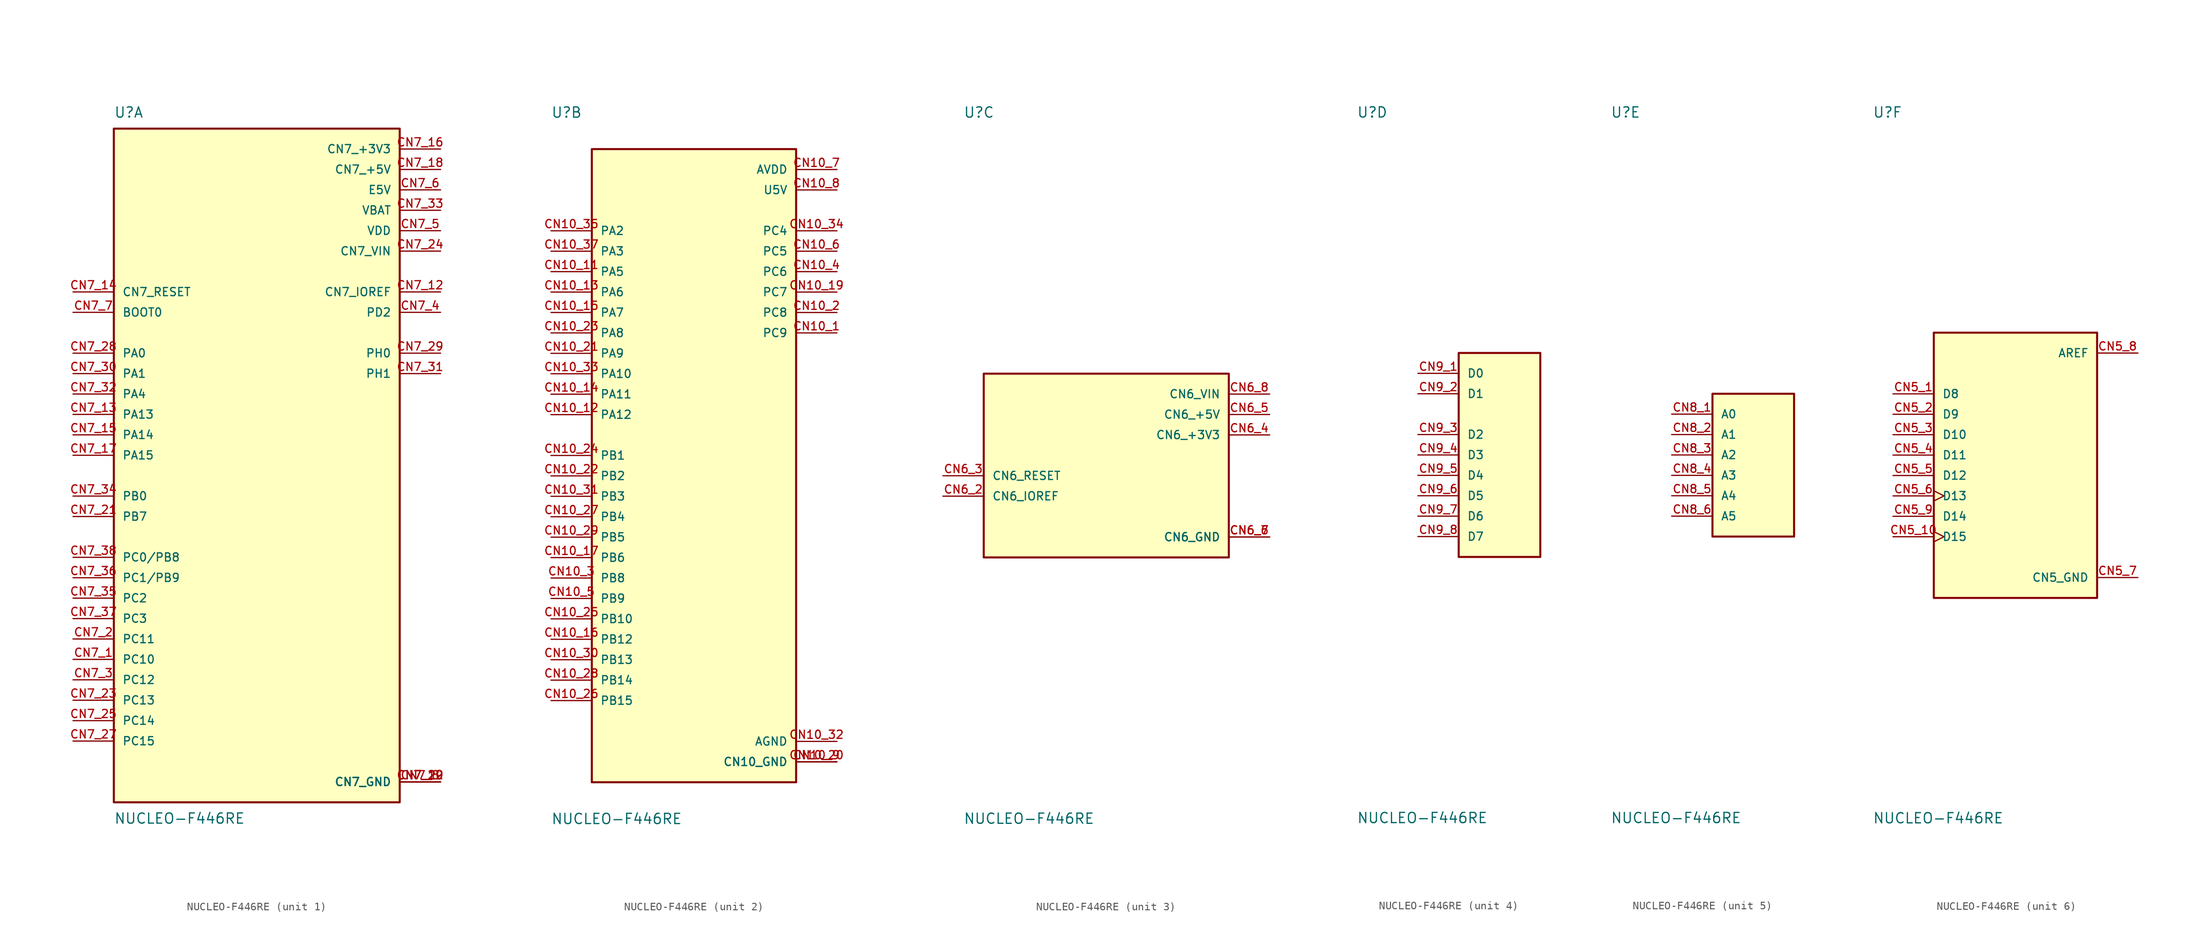
<source format=kicad_sym>
(kicad_symbol_lib
  (version 20211014)
  (generator kicad_symbol_editor)
  (symbol "NUCLEO-F446RE"
    (pin_names
      (offset 1.016))
    (property "Reference" "U"
      (at -17.78 41.91 0)
      (effects (font (size 1.27 1.27)) (justify bottom left)))
    (property "Value" "NUCLEO-F446RE"
      (at -17.78 -44.45 0.0)
      (effects (font (size 1.27 1.27)) (justify top left)))
    (symbol "NUCLEO-F446RE_1_0"
      (rectangle (start -17.78 -43.18) (end 17.78 40.64) (stroke (width 0.254)) (fill (type background)))
      (pin bidirectional line (at -22.86 -25.4 0) (length 5.08) (name "PC10" (effects (font (size 1.016 1.016)))) (number "CN7_1" (effects (font (size 1.016 1.016)))))
      (pin bidirectional line (at -22.86 -22.86 0) (length 5.08) (name "PC11" (effects (font (size 1.016 1.016)))) (number "CN7_2" (effects (font (size 1.016 1.016)))))
      (pin bidirectional line (at -22.86 -27.94 0) (length 5.08) (name "PC12" (effects (font (size 1.016 1.016)))) (number "CN7_3" (effects (font (size 1.016 1.016)))))
      (pin bidirectional line (at 22.86 17.78 180.0) (length 5.08) (name "PD2" (effects (font (size 1.016 1.016)))) (number "CN7_4" (effects (font (size 1.016 1.016)))))
      (pin power_in line (at 22.86 27.94 180.0) (length 5.08) (name "VDD" (effects (font (size 1.016 1.016)))) (number "CN7_5" (effects (font (size 1.016 1.016)))))
      (pin power_in line (at 22.86 33.02 180.0) (length 5.08) (name "E5V" (effects (font (size 1.016 1.016)))) (number "CN7_6" (effects (font (size 1.016 1.016)))))
      (pin bidirectional line (at -22.86 17.78 0) (length 5.08) (name "BOOT0" (effects (font (size 1.016 1.016)))) (number "CN7_7" (effects (font (size 1.016 1.016)))))
      (pin bidirectional line (at 22.86 20.32 180.0) (length 5.08) (name "CN7_IOREF" (effects (font (size 1.016 1.016)))) (number "CN7_12" (effects (font (size 1.016 1.016)))))
      (pin bidirectional line (at -22.86 5.08 0) (length 5.08) (name "PA13" (effects (font (size 1.016 1.016)))) (number "CN7_13" (effects (font (size 1.016 1.016)))))
      (pin bidirectional line (at -22.86 20.32 0) (length 5.08) (name "CN7_RESET" (effects (font (size 1.016 1.016)))) (number "CN7_14" (effects (font (size 1.016 1.016)))))
      (pin bidirectional line (at -22.86 2.54 0) (length 5.08) (name "PA14" (effects (font (size 1.016 1.016)))) (number "CN7_15" (effects (font (size 1.016 1.016)))))
      (pin power_in line (at 22.86 38.1 180.0) (length 5.08) (name "CN7_+3V3" (effects (font (size 1.016 1.016)))) (number "CN7_16" (effects (font (size 1.016 1.016)))))
      (pin bidirectional line (at -22.86 0.0 0) (length 5.08) (name "PA15" (effects (font (size 1.016 1.016)))) (number "CN7_17" (effects (font (size 1.016 1.016)))))
      (pin power_in line (at 22.86 35.56 180.0) (length 5.08) (name "CN7_+5V" (effects (font (size 1.016 1.016)))) (number "CN7_18" (effects (font (size 1.016 1.016)))))
      (pin power_in line (at 22.86 -40.64 180.0) (length 5.08) (name "CN7_GND" (effects (font (size 1.016 1.016)))) (number "CN7_8" (effects (font (size 1.016 1.016)))))
      (pin power_in line (at 22.86 -40.64 180.0) (length 5.08) (name "CN7_GND" (effects (font (size 1.016 1.016)))) (number "CN7_19" (effects (font (size 1.016 1.016)))))
      (pin power_in line (at 22.86 -40.64 180.0) (length 5.08) (name "CN7_GND" (effects (font (size 1.016 1.016)))) (number "CN7_20" (effects (font (size 1.016 1.016)))))
      (pin power_in line (at 22.86 -40.64 180.0) (length 5.08) (name "CN7_GND" (effects (font (size 1.016 1.016)))) (number "CN7_22" (effects (font (size 1.016 1.016)))))
      (pin bidirectional line (at -22.86 -7.62 0) (length 5.08) (name "PB7" (effects (font (size 1.016 1.016)))) (number "CN7_21" (effects (font (size 1.016 1.016)))))
      (pin bidirectional line (at -22.86 -30.48 0) (length 5.08) (name "PC13" (effects (font (size 1.016 1.016)))) (number "CN7_23" (effects (font (size 1.016 1.016)))))
      (pin power_in line (at 22.86 25.4 180.0) (length 5.08) (name "CN7_VIN" (effects (font (size 1.016 1.016)))) (number "CN7_24" (effects (font (size 1.016 1.016)))))
      (pin bidirectional line (at -22.86 -33.02 0) (length 5.08) (name "PC14" (effects (font (size 1.016 1.016)))) (number "CN7_25" (effects (font (size 1.016 1.016)))))
      (pin bidirectional line (at -22.86 -35.56 0) (length 5.08) (name "PC15" (effects (font (size 1.016 1.016)))) (number "CN7_27" (effects (font (size 1.016 1.016)))))
      (pin bidirectional line (at -22.86 12.7 0) (length 5.08) (name "PA0" (effects (font (size 1.016 1.016)))) (number "CN7_28" (effects (font (size 1.016 1.016)))))
      (pin bidirectional line (at 22.86 12.7 180.0) (length 5.08) (name "PH0" (effects (font (size 1.016 1.016)))) (number "CN7_29" (effects (font (size 1.016 1.016)))))
      (pin bidirectional line (at -22.86 10.16 0) (length 5.08) (name "PA1" (effects (font (size 1.016 1.016)))) (number "CN7_30" (effects (font (size 1.016 1.016)))))
      (pin bidirectional line (at 22.86 10.16 180.0) (length 5.08) (name "PH1" (effects (font (size 1.016 1.016)))) (number "CN7_31" (effects (font (size 1.016 1.016)))))
      (pin bidirectional line (at -22.86 7.62 0) (length 5.08) (name "PA4" (effects (font (size 1.016 1.016)))) (number "CN7_32" (effects (font (size 1.016 1.016)))))
      (pin power_in line (at 22.86 30.48 180.0) (length 5.08) (name "VBAT" (effects (font (size 1.016 1.016)))) (number "CN7_33" (effects (font (size 1.016 1.016)))))
      (pin bidirectional line (at -22.86 -5.08 0) (length 5.08) (name "PB0" (effects (font (size 1.016 1.016)))) (number "CN7_34" (effects (font (size 1.016 1.016)))))
      (pin bidirectional line (at -22.86 -17.78 0) (length 5.08) (name "PC2" (effects (font (size 1.016 1.016)))) (number "CN7_35" (effects (font (size 1.016 1.016)))))
      (pin bidirectional line (at -22.86 -15.24 0) (length 5.08) (name "PC1/PB9" (effects (font (size 1.016 1.016)))) (number "CN7_36" (effects (font (size 1.016 1.016)))))
      (pin bidirectional line (at -22.86 -20.32 0) (length 5.08) (name "PC3" (effects (font (size 1.016 1.016)))) (number "CN7_37" (effects (font (size 1.016 1.016)))))
      (pin bidirectional line (at -22.86 -12.7 0) (length 5.08) (name "PC0/PB8" (effects (font (size 1.016 1.016)))) (number "CN7_38" (effects (font (size 1.016 1.016))))))
    (symbol "NUCLEO-F446RE_2_0"
      (rectangle (start -12.7 -40.64) (end 12.7 38.1) (stroke (width 0.254)) (fill (type background)))
      (pin bidirectional line (at 17.78 15.24 180.0) (length 5.08) (name "PC9" (effects (font (size 1.016 1.016)))) (number "CN10_1" (effects (font (size 1.016 1.016)))))
      (pin bidirectional line (at 17.78 17.78 180.0) (length 5.08) (name "PC8" (effects (font (size 1.016 1.016)))) (number "CN10_2" (effects (font (size 1.016 1.016)))))
      (pin bidirectional line (at -17.78 -15.24 0) (length 5.08) (name "PB8" (effects (font (size 1.016 1.016)))) (number "CN10_3" (effects (font (size 1.016 1.016)))))
      (pin bidirectional line (at 17.78 22.86 180.0) (length 5.08) (name "PC6" (effects (font (size 1.016 1.016)))) (number "CN10_4" (effects (font (size 1.016 1.016)))))
      (pin bidirectional line (at -17.78 -17.78 0) (length 5.08) (name "PB9" (effects (font (size 1.016 1.016)))) (number "CN10_5" (effects (font (size 1.016 1.016)))))
      (pin bidirectional line (at 17.78 25.4 180.0) (length 5.08) (name "PC5" (effects (font (size 1.016 1.016)))) (number "CN10_6" (effects (font (size 1.016 1.016)))))
      (pin power_in line (at 17.78 35.56 180.0) (length 5.08) (name "AVDD" (effects (font (size 1.016 1.016)))) (number "CN10_7" (effects (font (size 1.016 1.016)))))
      (pin power_in line (at 17.78 33.02 180.0) (length 5.08) (name "U5V" (effects (font (size 1.016 1.016)))) (number "CN10_8" (effects (font (size 1.016 1.016)))))
      (pin power_in line (at 17.78 -38.1 180.0) (length 5.08) (name "CN10_GND" (effects (font (size 1.016 1.016)))) (number "CN10_9" (effects (font (size 1.016 1.016)))))
      (pin power_in line (at 17.78 -38.1 180.0) (length 5.08) (name "CN10_GND" (effects (font (size 1.016 1.016)))) (number "CN10_20" (effects (font (size 1.016 1.016)))))
      (pin bidirectional line (at -17.78 22.86 0) (length 5.08) (name "PA5" (effects (font (size 1.016 1.016)))) (number "CN10_11" (effects (font (size 1.016 1.016)))))
      (pin bidirectional line (at -17.78 5.08 0) (length 5.08) (name "PA12" (effects (font (size 1.016 1.016)))) (number "CN10_12" (effects (font (size 1.016 1.016)))))
      (pin bidirectional line (at -17.78 20.32 0) (length 5.08) (name "PA6" (effects (font (size 1.016 1.016)))) (number "CN10_13" (effects (font (size 1.016 1.016)))))
      (pin bidirectional line (at -17.78 7.62 0) (length 5.08) (name "PA11" (effects (font (size 1.016 1.016)))) (number "CN10_14" (effects (font (size 1.016 1.016)))))
      (pin bidirectional line (at -17.78 17.78 0) (length 5.08) (name "PA7" (effects (font (size 1.016 1.016)))) (number "CN10_15" (effects (font (size 1.016 1.016)))))
      (pin bidirectional line (at -17.78 -22.86 0) (length 5.08) (name "PB12" (effects (font (size 1.016 1.016)))) (number "CN10_16" (effects (font (size 1.016 1.016)))))
      (pin bidirectional line (at -17.78 -12.7 0) (length 5.08) (name "PB6" (effects (font (size 1.016 1.016)))) (number "CN10_17" (effects (font (size 1.016 1.016)))))
      (pin bidirectional line (at 17.78 20.32 180.0) (length 5.08) (name "PC7" (effects (font (size 1.016 1.016)))) (number "CN10_19" (effects (font (size 1.016 1.016)))))
      (pin bidirectional line (at -17.78 12.7 0) (length 5.08) (name "PA9" (effects (font (size 1.016 1.016)))) (number "CN10_21" (effects (font (size 1.016 1.016)))))
      (pin bidirectional line (at -17.78 -2.54 0) (length 5.08) (name "PB2" (effects (font (size 1.016 1.016)))) (number "CN10_22" (effects (font (size 1.016 1.016)))))
      (pin bidirectional line (at -17.78 15.24 0) (length 5.08) (name "PA8" (effects (font (size 1.016 1.016)))) (number "CN10_23" (effects (font (size 1.016 1.016)))))
      (pin bidirectional line (at -17.78 0.0 0) (length 5.08) (name "PB1" (effects (font (size 1.016 1.016)))) (number "CN10_24" (effects (font (size 1.016 1.016)))))
      (pin bidirectional line (at -17.78 -20.32 0) (length 5.08) (name "PB10" (effects (font (size 1.016 1.016)))) (number "CN10_25" (effects (font (size 1.016 1.016)))))
      (pin bidirectional line (at -17.78 -30.48 0) (length 5.08) (name "PB15" (effects (font (size 1.016 1.016)))) (number "CN10_26" (effects (font (size 1.016 1.016)))))
      (pin bidirectional line (at -17.78 -7.62 0) (length 5.08) (name "PB4" (effects (font (size 1.016 1.016)))) (number "CN10_27" (effects (font (size 1.016 1.016)))))
      (pin bidirectional line (at -17.78 -27.94 0) (length 5.08) (name "PB14" (effects (font (size 1.016 1.016)))) (number "CN10_28" (effects (font (size 1.016 1.016)))))
      (pin bidirectional line (at -17.78 -10.16 0) (length 5.08) (name "PB5" (effects (font (size 1.016 1.016)))) (number "CN10_29" (effects (font (size 1.016 1.016)))))
      (pin bidirectional line (at -17.78 -25.4 0) (length 5.08) (name "PB13" (effects (font (size 1.016 1.016)))) (number "CN10_30" (effects (font (size 1.016 1.016)))))
      (pin bidirectional line (at -17.78 -5.08 0) (length 5.08) (name "PB3" (effects (font (size 1.016 1.016)))) (number "CN10_31" (effects (font (size 1.016 1.016)))))
      (pin power_in line (at 17.78 -35.56 180.0) (length 5.08) (name "AGND" (effects (font (size 1.016 1.016)))) (number "CN10_32" (effects (font (size 1.016 1.016)))))
      (pin bidirectional line (at -17.78 10.16 0) (length 5.08) (name "PA10" (effects (font (size 1.016 1.016)))) (number "CN10_33" (effects (font (size 1.016 1.016)))))
      (pin bidirectional line (at 17.78 27.94 180.0) (length 5.08) (name "PC4" (effects (font (size 1.016 1.016)))) (number "CN10_34" (effects (font (size 1.016 1.016)))))
      (pin bidirectional line (at -17.78 27.94 0) (length 5.08) (name "PA2" (effects (font (size 1.016 1.016)))) (number "CN10_35" (effects (font (size 1.016 1.016)))))
      (pin bidirectional line (at -17.78 25.4 0) (length 5.08) (name "PA3" (effects (font (size 1.016 1.016)))) (number "CN10_37" (effects (font (size 1.016 1.016))))))
    (symbol "NUCLEO-F446RE_3_0"
      (rectangle (start -15.24 -12.7) (end 15.24 10.16) (stroke (width 0.254)) (fill (type background)))
      (pin bidirectional line (at -20.32 -5.08 0) (length 5.08) (name "CN6_IOREF" (effects (font (size 1.016 1.016)))) (number "CN6_2" (effects (font (size 1.016 1.016)))))
      (pin bidirectional line (at -20.32 -2.54 0) (length 5.08) (name "CN6_RESET" (effects (font (size 1.016 1.016)))) (number "CN6_3" (effects (font (size 1.016 1.016)))))
      (pin power_in line (at 20.32 2.54 180.0) (length 5.08) (name "CN6_+3V3" (effects (font (size 1.016 1.016)))) (number "CN6_4" (effects (font (size 1.016 1.016)))))
      (pin power_in line (at 20.32 5.08 180.0) (length 5.08) (name "CN6_+5V" (effects (font (size 1.016 1.016)))) (number "CN6_5" (effects (font (size 1.016 1.016)))))
      (pin power_in line (at 20.32 -10.16 180.0) (length 5.08) (name "CN6_GND" (effects (font (size 1.016 1.016)))) (number "CN6_6" (effects (font (size 1.016 1.016)))))
      (pin power_in line (at 20.32 -10.16 180.0) (length 5.08) (name "CN6_GND" (effects (font (size 1.016 1.016)))) (number "CN6_7" (effects (font (size 1.016 1.016)))))
      (pin power_in line (at 20.32 7.62 180.0) (length 5.08) (name "CN6_VIN" (effects (font (size 1.016 1.016)))) (number "CN6_8" (effects (font (size 1.016 1.016))))))
    (symbol "NUCLEO-F446RE_4_0"
      (rectangle (start -5.08 -12.7) (end 5.08 12.7) (stroke (width 0.254)) (fill (type background)))
      (pin input line (at -10.16 10.16 0) (length 5.08) (name "D0" (effects (font (size 1.016 1.016)))) (number "CN9_1" (effects (font (size 1.016 1.016)))))
      (pin output line (at -10.16 7.62 0) (length 5.08) (name "D1" (effects (font (size 1.016 1.016)))) (number "CN9_2" (effects (font (size 1.016 1.016)))))
      (pin bidirectional line (at -10.16 2.54 0) (length 5.08) (name "D2" (effects (font (size 1.016 1.016)))) (number "CN9_3" (effects (font (size 1.016 1.016)))))
      (pin bidirectional line (at -10.16 0.0 0) (length 5.08) (name "D3" (effects (font (size 1.016 1.016)))) (number "CN9_4" (effects (font (size 1.016 1.016)))))
      (pin bidirectional line (at -10.16 -2.54 0) (length 5.08) (name "D4" (effects (font (size 1.016 1.016)))) (number "CN9_5" (effects (font (size 1.016 1.016)))))
      (pin bidirectional line (at -10.16 -5.08 0) (length 5.08) (name "D5" (effects (font (size 1.016 1.016)))) (number "CN9_6" (effects (font (size 1.016 1.016)))))
      (pin bidirectional line (at -10.16 -7.62 0) (length 5.08) (name "D6" (effects (font (size 1.016 1.016)))) (number "CN9_7" (effects (font (size 1.016 1.016)))))
      (pin bidirectional line (at -10.16 -10.16 0) (length 5.08) (name "D7" (effects (font (size 1.016 1.016)))) (number "CN9_8" (effects (font (size 1.016 1.016))))))
    (symbol "NUCLEO-F446RE_5_0"
      (rectangle (start -5.08 -10.16) (end 5.08 7.62) (stroke (width 0.254)) (fill (type background)))
      (pin input line (at -10.16 5.08 0) (length 5.08) (name "A0" (effects (font (size 1.016 1.016)))) (number "CN8_1" (effects (font (size 1.016 1.016)))))
      (pin input line (at -10.16 2.54 0) (length 5.08) (name "A1" (effects (font (size 1.016 1.016)))) (number "CN8_2" (effects (font (size 1.016 1.016)))))
      (pin input line (at -10.16 0.0 0) (length 5.08) (name "A2" (effects (font (size 1.016 1.016)))) (number "CN8_3" (effects (font (size 1.016 1.016)))))
      (pin input line (at -10.16 -2.54 0) (length 5.08) (name "A3" (effects (font (size 1.016 1.016)))) (number "CN8_4" (effects (font (size 1.016 1.016)))))
      (pin input line (at -10.16 -5.08 0) (length 5.08) (name "A4" (effects (font (size 1.016 1.016)))) (number "CN8_5" (effects (font (size 1.016 1.016)))))
      (pin input line (at -10.16 -7.62 0) (length 5.08) (name "A5" (effects (font (size 1.016 1.016)))) (number "CN8_6" (effects (font (size 1.016 1.016))))))
    (symbol "NUCLEO-F446RE_6_0"
      (rectangle (start -10.16 -17.78) (end 10.16 15.24) (stroke (width 0.254)) (fill (type background)))
      (pin bidirectional line (at -15.24 7.62 0) (length 5.08) (name "D8" (effects (font (size 1.016 1.016)))) (number "CN5_1" (effects (font (size 1.016 1.016)))))
      (pin bidirectional line (at -15.24 5.08 0) (length 5.08) (name "D9" (effects (font (size 1.016 1.016)))) (number "CN5_2" (effects (font (size 1.016 1.016)))))
      (pin bidirectional line (at -15.24 2.54 0) (length 5.08) (name "D10" (effects (font (size 1.016 1.016)))) (number "CN5_3" (effects (font (size 1.016 1.016)))))
      (pin bidirectional line (at -15.24 0.0 0) (length 5.08) (name "D11" (effects (font (size 1.016 1.016)))) (number "CN5_4" (effects (font (size 1.016 1.016)))))
      (pin bidirectional line (at -15.24 -2.54 0) (length 5.08) (name "D12" (effects (font (size 1.016 1.016)))) (number "CN5_5" (effects (font (size 1.016 1.016)))))
      (pin bidirectional clock (at -15.24 -5.08 0) (length 5.08) (name "D13" (effects (font (size 1.016 1.016)))) (number "CN5_6" (effects (font (size 1.016 1.016)))))
      (pin power_in line (at 15.24 -15.24 180.0) (length 5.08) (name "CN5_GND" (effects (font (size 1.016 1.016)))) (number "CN5_7" (effects (font (size 1.016 1.016)))))
      (pin power_in line (at 15.24 12.7 180.0) (length 5.08) (name "AREF" (effects (font (size 1.016 1.016)))) (number "CN5_8" (effects (font (size 1.016 1.016)))))
      (pin bidirectional line (at -15.24 -7.62 0) (length 5.08) (name "D14" (effects (font (size 1.016 1.016)))) (number "CN5_9" (effects (font (size 1.016 1.016)))))
      (pin bidirectional clock (at -15.24 -10.16 0) (length 5.08) (name "D15" (effects (font (size 1.016 1.016)))) (number "CN5_10" (effects (font (size 1.016 1.016))))))))
</source>
